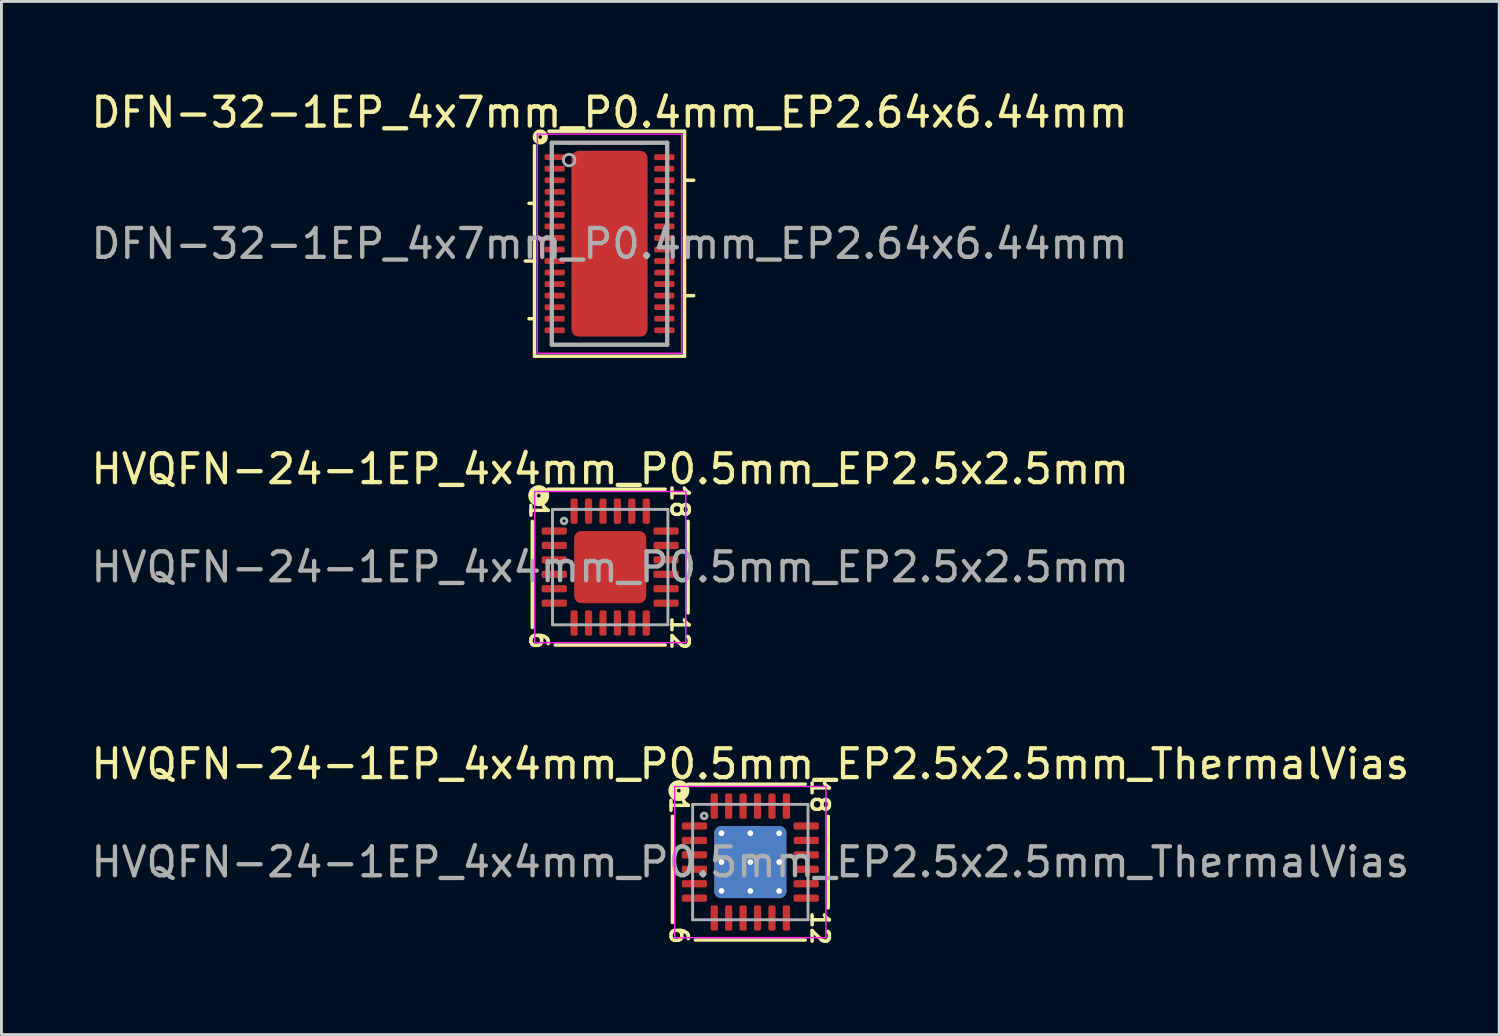
<source format=kicad_pcb>
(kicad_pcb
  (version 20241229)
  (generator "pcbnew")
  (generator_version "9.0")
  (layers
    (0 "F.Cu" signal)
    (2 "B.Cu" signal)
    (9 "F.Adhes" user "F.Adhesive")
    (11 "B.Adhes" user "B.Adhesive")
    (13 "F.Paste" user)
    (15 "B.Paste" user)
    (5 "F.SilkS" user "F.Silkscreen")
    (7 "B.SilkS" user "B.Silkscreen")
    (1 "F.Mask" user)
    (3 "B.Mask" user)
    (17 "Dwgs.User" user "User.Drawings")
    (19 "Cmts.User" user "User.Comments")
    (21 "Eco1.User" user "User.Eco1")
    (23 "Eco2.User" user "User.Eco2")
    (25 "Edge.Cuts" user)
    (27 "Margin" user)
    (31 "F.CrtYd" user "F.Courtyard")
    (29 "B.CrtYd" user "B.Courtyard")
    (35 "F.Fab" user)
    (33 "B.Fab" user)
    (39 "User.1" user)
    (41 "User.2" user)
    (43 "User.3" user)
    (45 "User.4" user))
  (footprint "DFN-32-1EP_4x7mm_P0.4mm_EP2.64x6.44mm"
    (layer "F.Cu")
    (at 18.077 5.398)
    (property "Reference" "DFN-32-1EP_4x7mm_P0.4mm_EP2.64x6.44mm" (at 0 -4.55 0) (layer "F.SilkS") (effects (font (size 1 1) (thickness 0.15))))
    (attr smd)
    (fp_line (start -2.791 -1.4) (end -2.6 -1.4) (stroke (width 0.12) (type solid)) (layer "F.SilkS"))
    (fp_line (start -2.6 0.6) (end -2.917 0.6) (stroke (width 0.12) (type solid)) (layer "F.SilkS"))
    (fp_line (start -2.6 2.6) (end -2.791 2.6) (stroke (width 0.12) (type solid)) (layer "F.SilkS"))
    (fp_line (start -2.6 3.9) (end -2.6 -3.4) (stroke (width 0.12) (type solid)) (layer "F.SilkS"))
    (fp_line (start -2.1 -3.9) (end 2.6 -3.9) (stroke (width 0.12) (type solid)) (layer "F.SilkS"))
    (fp_line (start 2.6 -3.9) (end 2.6 3.9) (stroke (width 0.12) (type solid)) (layer "F.SilkS"))
    (fp_line (start 2.6 -2.2) (end 2.917 -2.2) (stroke (width 0.12) (type solid)) (layer "F.SilkS"))
    (fp_line (start 2.6 -0.2) (end 2.791 -0.2) (stroke (width 0.12) (type solid)) (layer "F.SilkS"))
    (fp_line (start 2.6 1.8) (end 2.917 1.8) (stroke (width 0.12) (type solid)) (layer "F.SilkS"))
    (fp_line (start 2.6 3.9) (end -2.6 3.9) (stroke (width 0.12) (type solid)) (layer "F.SilkS"))
    (fp_circle (center -2.4 -3.7) (end -2.337 -3.7) (stroke (width 0.2) (type solid)) (fill no) (layer "F.SilkS"))
    (fp_line (start -2.5 -3.8) (end -2.5 3.8) (stroke (width 0.05) (type solid)) (layer "F.CrtYd"))
    (fp_line (start -2.5 -3.8) (end 2.5 -3.8) (stroke (width 0.05) (type solid)) (layer "F.CrtYd"))
    (fp_line (start -2.5 3.8) (end 2.5 3.8) (stroke (width 0.05) (type solid)) (layer "F.CrtYd"))
    (fp_line (start 2.5 -3.8) (end 2.5 3.8) (stroke (width 0.05) (type solid)) (layer "F.CrtYd"))
    (fp_line (start -2 -3.5) (end 2 -3.5) (stroke (width 0.15) (type solid)) (layer "F.Fab"))
    (fp_line (start -2 3.5) (end -2 -3.5) (stroke (width 0.15) (type solid)) (layer "F.Fab"))
    (fp_line (start 2 -3.5) (end 2 3.5) (stroke (width 0.15) (type solid)) (layer "F.Fab"))
    (fp_line (start 2 3.5) (end -2 3.5) (stroke (width 0.15) (type solid)) (layer "F.Fab"))
    (fp_circle (center -1.4 -2.9) (end -1.2 -2.9) (stroke (width 0.1) (type solid)) (fill no) (layer "F.Fab"))
    (fp_text user "${REFERENCE}" (at 0 0 0) (layer "F.Fab") (effects (font (size 1 1) (thickness 0.15))))
    (pad "" smd roundrect (at -0.66 -2.56) (size 1.05 1.05) (layers "F.Paste") (roundrect_rratio 0.238))
    (pad "" smd roundrect (at -0.66 -1.28) (size 1.05 1.05) (layers "F.Paste") (roundrect_rratio 0.238))
    (pad "" smd roundrect (at -0.66 0) (size 1.05 1.05) (layers "F.Paste") (roundrect_rratio 0.238))
    (pad "" smd roundrect (at -0.66 1.28) (size 1.05 1.05) (layers "F.Paste") (roundrect_rratio 0.238))
    (pad "" smd roundrect (at -0.66 2.56) (size 1.05 1.05) (layers "F.Paste") (roundrect_rratio 0.238))
    (pad "" smd roundrect (at 0.66 -2.56) (size 1.05 1.05) (layers "F.Paste") (roundrect_rratio 0.238))
    (pad "" smd roundrect (at 0.66 -1.28) (size 1.05 1.05) (layers "F.Paste") (roundrect_rratio 0.238))
    (pad "" smd roundrect (at 0.66 0) (size 1.05 1.05) (layers "F.Paste") (roundrect_rratio 0.238))
    (pad "" smd roundrect (at 0.66 1.28) (size 1.05 1.05) (layers "F.Paste") (roundrect_rratio 0.238))
    (pad "" smd roundrect (at 0.66 2.56) (size 1.05 1.05) (layers "F.Paste") (roundrect_rratio 0.238))
    (pad "1" smd roundrect (at -1.9 -3) (size 0.7 0.2) (layers "F.Cu" "F.Mask" "F.Paste") (roundrect_rratio 0.25))
    (pad "2" smd roundrect (at -1.9 -2.6) (size 0.7 0.2) (layers "F.Cu" "F.Mask" "F.Paste") (roundrect_rratio 0.25))
    (pad "3" smd roundrect (at -1.9 -2.2) (size 0.7 0.2) (layers "F.Cu" "F.Mask" "F.Paste") (roundrect_rratio 0.25))
    (pad "4" smd roundrect (at -1.9 -1.8) (size 0.7 0.2) (layers "F.Cu" "F.Mask" "F.Paste") (roundrect_rratio 0.25))
    (pad "5" smd roundrect (at -1.9 -1.4) (size 0.7 0.2) (layers "F.Cu" "F.Mask" "F.Paste") (roundrect_rratio 0.25))
    (pad "6" smd roundrect (at -1.9 -1) (size 0.7 0.2) (layers "F.Cu" "F.Mask" "F.Paste") (roundrect_rratio 0.25))
    (pad "7" smd roundrect (at -1.9 -0.6) (size 0.7 0.2) (layers "F.Cu" "F.Mask" "F.Paste") (roundrect_rratio 0.25))
    (pad "8" smd roundrect (at -1.9 -0.2) (size 0.7 0.2) (layers "F.Cu" "F.Mask" "F.Paste") (roundrect_rratio 0.25))
    (pad "9" smd roundrect (at -1.9 0.2) (size 0.7 0.2) (layers "F.Cu" "F.Mask" "F.Paste") (roundrect_rratio 0.25))
    (pad "10" smd roundrect (at -1.9 0.6) (size 0.7 0.2) (layers "F.Cu" "F.Mask" "F.Paste") (roundrect_rratio 0.25))
    (pad "11" smd roundrect (at -1.9 1) (size 0.7 0.2) (layers "F.Cu" "F.Mask" "F.Paste") (roundrect_rratio 0.25))
    (pad "12" smd roundrect (at -1.9 1.4) (size 0.7 0.2) (layers "F.Cu" "F.Mask" "F.Paste") (roundrect_rratio 0.25))
    (pad "13" smd roundrect (at -1.9 1.8) (size 0.7 0.2) (layers "F.Cu" "F.Mask" "F.Paste") (roundrect_rratio 0.25))
    (pad "14" smd roundrect (at -1.9 2.2) (size 0.7 0.2) (layers "F.Cu" "F.Mask" "F.Paste") (roundrect_rratio 0.25))
    (pad "15" smd roundrect (at -1.9 2.6) (size 0.7 0.2) (layers "F.Cu" "F.Mask" "F.Paste") (roundrect_rratio 0.25))
    (pad "16" smd roundrect (at -1.9 3) (size 0.7 0.2) (layers "F.Cu" "F.Mask" "F.Paste") (roundrect_rratio 0.25))
    (pad "17" smd roundrect (at 1.9 3) (size 0.7 0.2) (layers "F.Cu" "F.Mask" "F.Paste") (roundrect_rratio 0.25))
    (pad "18" smd roundrect (at 1.9 2.6) (size 0.7 0.2) (layers "F.Cu" "F.Mask" "F.Paste") (roundrect_rratio 0.25))
    (pad "19" smd roundrect (at 1.9 2.2) (size 0.7 0.2) (layers "F.Cu" "F.Mask" "F.Paste") (roundrect_rratio 0.25))
    (pad "20" smd roundrect (at 1.9 1.8) (size 0.7 0.2) (layers "F.Cu" "F.Mask" "F.Paste") (roundrect_rratio 0.25))
    (pad "21" smd roundrect (at 1.9 1.4) (size 0.7 0.2) (layers "F.Cu" "F.Mask" "F.Paste") (roundrect_rratio 0.25))
    (pad "22" smd roundrect (at 1.9 1) (size 0.7 0.2) (layers "F.Cu" "F.Mask" "F.Paste") (roundrect_rratio 0.25))
    (pad "23" smd roundrect (at 1.9 0.6) (size 0.7 0.2) (layers "F.Cu" "F.Mask" "F.Paste") (roundrect_rratio 0.25))
    (pad "24" smd roundrect (at 1.9 0.2) (size 0.7 0.2) (layers "F.Cu" "F.Mask" "F.Paste") (roundrect_rratio 0.25))
    (pad "25" smd roundrect (at 1.9 -0.2) (size 0.7 0.2) (layers "F.Cu" "F.Mask" "F.Paste") (roundrect_rratio 0.25))
    (pad "26" smd roundrect (at 1.9 -0.6) (size 0.7 0.2) (layers "F.Cu" "F.Mask" "F.Paste") (roundrect_rratio 0.25))
    (pad "27" smd roundrect (at 1.9 -1) (size 0.7 0.2) (layers "F.Cu" "F.Mask" "F.Paste") (roundrect_rratio 0.25))
    (pad "28" smd roundrect (at 1.9 -1.4) (size 0.7 0.2) (layers "F.Cu" "F.Mask" "F.Paste") (roundrect_rratio 0.25))
    (pad "29" smd roundrect (at 1.9 -1.8) (size 0.7 0.2) (layers "F.Cu" "F.Mask" "F.Paste") (roundrect_rratio 0.25))
    (pad "30" smd roundrect (at 1.9 -2.2) (size 0.7 0.2) (layers "F.Cu" "F.Mask" "F.Paste") (roundrect_rratio 0.25))
    (pad "31" smd roundrect (at 1.9 -2.6) (size 0.7 0.2) (layers "F.Cu" "F.Mask" "F.Paste") (roundrect_rratio 0.25))
    (pad "32" smd roundrect (at 1.9 -3) (size 0.7 0.2) (layers "F.Cu" "F.Mask" "F.Paste") (roundrect_rratio 0.25))
    (pad "33" smd roundrect (at 0 0) (size 2.64 6.44) (layers "F.Cu" "F.Mask") (roundrect_rratio 0.095)))
  (footprint "HVQFN-24-1EP_4x4mm_P0.5mm_EP2.5x2.5mm_ThermalVias"
    (layer "F.Cu")
    (at 22.958 26.832)
    (property "Reference" "HVQFN-24-1EP_4x4mm_P0.5mm_EP2.5x2.5mm_ThermalVias" (at 0 -3.4 0) (layer "F.SilkS") (effects (font (size 1 1) (thickness 0.15))))
    (attr smd)
    (fp_line (start -2.7 2.095) (end -2.7 -1.587) (stroke (width 0.12) (type solid)) (layer "F.SilkS"))
    (fp_line (start -2.159 -2.7) (end 1.905 -2.7) (stroke (width 0.12) (type solid)) (layer "F.SilkS"))
    (fp_line (start 1.905 2.7) (end -1.905 2.7) (stroke (width 0.12) (type solid)) (layer "F.SilkS"))
    (fp_line (start 2.7 -1.587) (end 2.7 1.587) (stroke (width 0.12) (type solid)) (layer "F.SilkS"))
    (fp_circle (center -2.477 -2.477) (end -2.413 -2.477) (stroke (width 0.3) (type solid)) (fill no) (layer "F.SilkS"))
    (fp_line (start -2.62 -2.62) (end -2.62 2.62) (stroke (width 0.05) (type solid)) (layer "F.CrtYd"))
    (fp_line (start -2.62 2.62) (end 2.62 2.62) (stroke (width 0.05) (type solid)) (layer "F.CrtYd"))
    (fp_line (start 2.62 -2.62) (end -2.62 -2.62) (stroke (width 0.05) (type solid)) (layer "F.CrtYd"))
    (fp_line (start 2.62 2.62) (end 2.62 -2.62) (stroke (width 0.05) (type solid)) (layer "F.CrtYd"))
    (fp_line (start -2 -2) (end 2 -2) (stroke (width 0.1) (type solid)) (layer "F.Fab"))
    (fp_line (start -2 2) (end -2 -2) (stroke (width 0.1) (type solid)) (layer "F.Fab"))
    (fp_line (start 2 -2) (end 2 2) (stroke (width 0.1) (type solid)) (layer "F.Fab"))
    (fp_line (start 2 2) (end -2 2) (stroke (width 0.1) (type solid)) (layer "F.Fab"))
    (fp_circle (center -1.6 -1.6) (end -1.5 -1.6) (stroke (width 0.1) (type solid)) (fill no) (layer "F.Fab"))
    (fp_text user "6" (at -2.477 2.54 270) (unlocked yes) (layer "F.SilkS") (effects (font (size 0.6 0.6) (thickness 0.12))))
    (fp_text user "1" (at -2.477 -1.968 270) (unlocked yes) (layer "F.SilkS") (effects (font (size 0.6 0.6) (thickness 0.12))))
    (fp_text user "12" (at 2.413 2.286 270) (unlocked yes) (layer "F.SilkS") (effects (font (size 0.6 0.6) (thickness 0.12))))
    (fp_text user "18" (at 2.413 -2.286 270) (unlocked yes) (layer "F.SilkS") (effects (font (size 0.6 0.6) (thickness 0.12))))
    (fp_text user "${REFERENCE}" (at 0 0 0) (layer "F.Fab") (effects (font (size 1 1) (thickness 0.15))))
    (pad "" smd custom (at -0.5 -0.5) (size 0.779 0.779) (layers "F.Paste") (options (anchor circle)) (primitives (gr_poly (pts (xy 0.315 -0.192) (xy 0.315 0.192) (xy 0.192 0.315) (xy -0.192 0.315) (xy -0.315 0.192) (xy -0.315 -0.192) (xy -0.192 -0.315) (xy 0.192 -0.315)) (width 0.297) (fill yes))))
    (pad "" smd custom (at -0.5 0.5) (size 0.779 0.779) (layers "F.Paste") (options (anchor circle)) (primitives (gr_poly (pts (xy 0.315 -0.192) (xy 0.315 0.192) (xy 0.192 0.315) (xy -0.192 0.315) (xy -0.315 0.192) (xy -0.315 -0.192) (xy -0.192 -0.315) (xy 0.192 -0.315)) (width 0.297) (fill yes))))
    (pad "" smd custom (at 0.5 -0.5) (size 0.779 0.779) (layers "F.Paste") (options (anchor circle)) (primitives (gr_poly (pts (xy 0.315 -0.192) (xy 0.315 0.192) (xy 0.192 0.315) (xy -0.192 0.315) (xy -0.315 0.192) (xy -0.315 -0.192) (xy -0.192 -0.315) (xy 0.192 -0.315)) (width 0.297) (fill yes))))
    (pad "" smd custom (at 0.5 0.5) (size 0.779 0.779) (layers "F.Paste") (options (anchor circle)) (primitives (gr_poly (pts (xy 0.315 -0.192) (xy 0.315 0.192) (xy 0.192 0.315) (xy -0.192 0.315) (xy -0.315 0.192) (xy -0.315 -0.192) (xy -0.192 -0.315) (xy 0.192 -0.315)) (width 0.297) (fill yes))))
    (pad "1" smd roundrect (at -1.938 -1.25) (size 0.875 0.25) (layers "F.Cu" "F.Mask" "F.Paste") (roundrect_rratio 0.25))
    (pad "2" smd roundrect (at -1.938 -0.75) (size 0.875 0.25) (layers "F.Cu" "F.Mask" "F.Paste") (roundrect_rratio 0.25))
    (pad "3" smd roundrect (at -1.938 -0.25) (size 0.875 0.25) (layers "F.Cu" "F.Mask" "F.Paste") (roundrect_rratio 0.25))
    (pad "4" smd roundrect (at -1.938 0.25) (size 0.875 0.25) (layers "F.Cu" "F.Mask" "F.Paste") (roundrect_rratio 0.25))
    (pad "5" smd roundrect (at -1.938 0.75) (size 0.875 0.25) (layers "F.Cu" "F.Mask" "F.Paste") (roundrect_rratio 0.25))
    (pad "6" smd roundrect (at -1.938 1.25) (size 0.875 0.25) (layers "F.Cu" "F.Mask" "F.Paste") (roundrect_rratio 0.25))
    (pad "7" smd roundrect (at -1.25 1.938) (size 0.25 0.875) (layers "F.Cu" "F.Mask" "F.Paste") (roundrect_rratio 0.25))
    (pad "8" smd roundrect (at -0.75 1.938) (size 0.25 0.875) (layers "F.Cu" "F.Mask" "F.Paste") (roundrect_rratio 0.25))
    (pad "9" smd roundrect (at -0.25 1.938) (size 0.25 0.875) (layers "F.Cu" "F.Mask" "F.Paste") (roundrect_rratio 0.25))
    (pad "10" smd roundrect (at 0.25 1.938) (size 0.25 0.875) (layers "F.Cu" "F.Mask" "F.Paste") (roundrect_rratio 0.25))
    (pad "11" smd roundrect (at 0.75 1.938) (size 0.25 0.875) (layers "F.Cu" "F.Mask" "F.Paste") (roundrect_rratio 0.25))
    (pad "12" smd roundrect (at 1.25 1.938) (size 0.25 0.875) (layers "F.Cu" "F.Mask" "F.Paste") (roundrect_rratio 0.25))
    (pad "13" smd roundrect (at 1.938 1.25) (size 0.875 0.25) (layers "F.Cu" "F.Mask" "F.Paste") (roundrect_rratio 0.25))
    (pad "14" smd roundrect (at 1.938 0.75) (size 0.875 0.25) (layers "F.Cu" "F.Mask" "F.Paste") (roundrect_rratio 0.25))
    (pad "15" smd roundrect (at 1.938 0.25) (size 0.875 0.25) (layers "F.Cu" "F.Mask" "F.Paste") (roundrect_rratio 0.25))
    (pad "16" smd roundrect (at 1.938 -0.25) (size 0.875 0.25) (layers "F.Cu" "F.Mask" "F.Paste") (roundrect_rratio 0.25))
    (pad "17" smd roundrect (at 1.938 -0.75) (size 0.875 0.25) (layers "F.Cu" "F.Mask" "F.Paste") (roundrect_rratio 0.25))
    (pad "18" smd roundrect (at 1.938 -1.25) (size 0.875 0.25) (layers "F.Cu" "F.Mask" "F.Paste") (roundrect_rratio 0.25))
    (pad "19" smd roundrect (at 1.25 -1.938) (size 0.25 0.875) (layers "F.Cu" "F.Mask" "F.Paste") (roundrect_rratio 0.25))
    (pad "20" smd roundrect (at 0.75 -1.938) (size 0.25 0.875) (layers "F.Cu" "F.Mask" "F.Paste") (roundrect_rratio 0.25))
    (pad "21" smd roundrect (at 0.25 -1.938) (size 0.25 0.875) (layers "F.Cu" "F.Mask" "F.Paste") (roundrect_rratio 0.25))
    (pad "22" smd roundrect (at -0.25 -1.938) (size 0.25 0.875) (layers "F.Cu" "F.Mask" "F.Paste") (roundrect_rratio 0.25))
    (pad "23" smd roundrect (at -0.75 -1.938) (size 0.25 0.875) (layers "F.Cu" "F.Mask" "F.Paste") (roundrect_rratio 0.25))
    (pad "24" smd roundrect (at -1.25 -1.938) (size 0.25 0.875) (layers "F.Cu" "F.Mask" "F.Paste") (roundrect_rratio 0.25))
    (pad "25" thru_hole circle (at -1 -1) (size 0.5 0.5) (drill 0.2) (property pad_prop_heatsink) (layers "*.Cu"))
    (pad "25" thru_hole circle (at -1 0) (size 0.5 0.5) (drill 0.2) (property pad_prop_heatsink) (layers "*.Cu"))
    (pad "25" thru_hole circle (at -1 1) (size 0.5 0.5) (drill 0.2) (property pad_prop_heatsink) (layers "*.Cu"))
    (pad "25" thru_hole circle (at 0 -1) (size 0.5 0.5) (drill 0.2) (property pad_prop_heatsink) (layers "*.Cu"))
    (pad "25" thru_hole circle (at 0 0) (size 0.5 0.5) (drill 0.2) (property pad_prop_heatsink) (layers "*.Cu"))
    (pad "25" smd roundrect (at 0 0) (size 2.5 2.5) (layers "F.Cu" "F.Mask") (roundrect_rratio 0.1))
    (pad "25" smd roundrect (at 0 0) (size 2.5 2.5) (layers "B.Cu" "B.Mask") (roundrect_rratio 0.1))
    (pad "25" thru_hole circle (at 0 1) (size 0.5 0.5) (drill 0.2) (property pad_prop_heatsink) (layers "*.Cu"))
    (pad "25" thru_hole circle (at 1 -1) (size 0.5 0.5) (drill 0.2) (property pad_prop_heatsink) (layers "*.Cu"))
    (pad "25" thru_hole circle (at 1 0) (size 0.5 0.5) (drill 0.2) (property pad_prop_heatsink) (layers "*.Cu"))
    (pad "25" thru_hole circle (at 1 1) (size 0.5 0.5) (drill 0.2) (property pad_prop_heatsink) (layers "*.Cu")))
  (footprint "HVQFN-24-1EP_4x4mm_P0.5mm_EP2.5x2.5mm"
    (layer "F.Cu")
    (at 18.101 16.607)
    (property "Reference" "HVQFN-24-1EP_4x4mm_P0.5mm_EP2.5x2.5mm" (at 0 -3.4 0) (layer "F.SilkS") (effects (font (size 1 1) (thickness 0.15))))
    (attr smd)
    (fp_line (start -2.7 2.095) (end -2.7 -1.587) (stroke (width 0.12) (type solid)) (layer "F.SilkS"))
    (fp_line (start -2.159 -2.7) (end 1.905 -2.7) (stroke (width 0.12) (type solid)) (layer "F.SilkS"))
    (fp_line (start 1.905 2.7) (end -1.905 2.7) (stroke (width 0.12) (type solid)) (layer "F.SilkS"))
    (fp_line (start 2.7 -1.587) (end 2.7 1.587) (stroke (width 0.12) (type solid)) (layer "F.SilkS"))
    (fp_circle (center -2.477 -2.477) (end -2.413 -2.477) (stroke (width 0.3) (type solid)) (fill no) (layer "F.SilkS"))
    (fp_line (start -2.62 -2.62) (end -2.62 2.62) (stroke (width 0.05) (type solid)) (layer "F.CrtYd"))
    (fp_line (start -2.62 2.62) (end 2.62 2.62) (stroke (width 0.05) (type solid)) (layer "F.CrtYd"))
    (fp_line (start 2.62 -2.62) (end -2.62 -2.62) (stroke (width 0.05) (type solid)) (layer "F.CrtYd"))
    (fp_line (start 2.62 2.62) (end 2.62 -2.62) (stroke (width 0.05) (type solid)) (layer "F.CrtYd"))
    (fp_line (start -2 -2) (end 2 -2) (stroke (width 0.1) (type solid)) (layer "F.Fab"))
    (fp_line (start -2 2) (end -2 -2) (stroke (width 0.1) (type solid)) (layer "F.Fab"))
    (fp_line (start 2 -2) (end 2 2) (stroke (width 0.1) (type solid)) (layer "F.Fab"))
    (fp_line (start 2 2) (end -2 2) (stroke (width 0.1) (type solid)) (layer "F.Fab"))
    (fp_circle (center -1.6 -1.6) (end -1.5 -1.6) (stroke (width 0.1) (type solid)) (fill no) (layer "F.Fab"))
    (fp_text user "1" (at -2.477 -1.968 270) (unlocked yes) (layer "F.SilkS") (effects (font (size 0.6 0.6) (thickness 0.12))))
    (fp_text user "18" (at 2.413 -2.286 270) (unlocked yes) (layer "F.SilkS") (effects (font (size 0.6 0.6) (thickness 0.12))))
    (fp_text user "6" (at -2.477 2.54 270) (unlocked yes) (layer "F.SilkS") (effects (font (size 0.6 0.6) (thickness 0.12))))
    (fp_text user "12" (at 2.413 2.286 270) (unlocked yes) (layer "F.SilkS") (effects (font (size 0.6 0.6) (thickness 0.12))))
    (fp_text user "${REFERENCE}" (at 0 0 0) (layer "F.Fab") (effects (font (size 1 1) (thickness 0.15))))
    (pad "" smd roundrect (at -0.625 -0.625) (size 1.01 1.01) (layers "F.Paste") (roundrect_rratio 0.248))
    (pad "" smd roundrect (at -0.625 0.625) (size 1.01 1.01) (layers "F.Paste") (roundrect_rratio 0.248))
    (pad "" smd roundrect (at 0.625 -0.625) (size 1.01 1.01) (layers "F.Paste") (roundrect_rratio 0.248))
    (pad "" smd roundrect (at 0.625 0.625) (size 1.01 1.01) (layers "F.Paste") (roundrect_rratio 0.248))
    (pad "1" smd roundrect (at -1.938 -1.25) (size 0.875 0.25) (layers "F.Cu" "F.Mask" "F.Paste") (roundrect_rratio 0.25))
    (pad "2" smd roundrect (at -1.938 -0.75) (size 0.875 0.25) (layers "F.Cu" "F.Mask" "F.Paste") (roundrect_rratio 0.25))
    (pad "3" smd roundrect (at -1.938 -0.25) (size 0.875 0.25) (layers "F.Cu" "F.Mask" "F.Paste") (roundrect_rratio 0.25))
    (pad "4" smd roundrect (at -1.938 0.25) (size 0.875 0.25) (layers "F.Cu" "F.Mask" "F.Paste") (roundrect_rratio 0.25))
    (pad "5" smd roundrect (at -1.938 0.75) (size 0.875 0.25) (layers "F.Cu" "F.Mask" "F.Paste") (roundrect_rratio 0.25))
    (pad "6" smd roundrect (at -1.938 1.25) (size 0.875 0.25) (layers "F.Cu" "F.Mask" "F.Paste") (roundrect_rratio 0.25))
    (pad "7" smd roundrect (at -1.25 1.938) (size 0.25 0.875) (layers "F.Cu" "F.Mask" "F.Paste") (roundrect_rratio 0.25))
    (pad "8" smd roundrect (at -0.75 1.938) (size 0.25 0.875) (layers "F.Cu" "F.Mask" "F.Paste") (roundrect_rratio 0.25))
    (pad "9" smd roundrect (at -0.25 1.938) (size 0.25 0.875) (layers "F.Cu" "F.Mask" "F.Paste") (roundrect_rratio 0.25))
    (pad "10" smd roundrect (at 0.25 1.938) (size 0.25 0.875) (layers "F.Cu" "F.Mask" "F.Paste") (roundrect_rratio 0.25))
    (pad "11" smd roundrect (at 0.75 1.938) (size 0.25 0.875) (layers "F.Cu" "F.Mask" "F.Paste") (roundrect_rratio 0.25))
    (pad "12" smd roundrect (at 1.25 1.938) (size 0.25 0.875) (layers "F.Cu" "F.Mask" "F.Paste") (roundrect_rratio 0.25))
    (pad "13" smd roundrect (at 1.938 1.25) (size 0.875 0.25) (layers "F.Cu" "F.Mask" "F.Paste") (roundrect_rratio 0.25))
    (pad "14" smd roundrect (at 1.938 0.75) (size 0.875 0.25) (layers "F.Cu" "F.Mask" "F.Paste") (roundrect_rratio 0.25))
    (pad "15" smd roundrect (at 1.938 0.25) (size 0.875 0.25) (layers "F.Cu" "F.Mask" "F.Paste") (roundrect_rratio 0.25))
    (pad "16" smd roundrect (at 1.938 -0.25) (size 0.875 0.25) (layers "F.Cu" "F.Mask" "F.Paste") (roundrect_rratio 0.25))
    (pad "17" smd roundrect (at 1.938 -0.75) (size 0.875 0.25) (layers "F.Cu" "F.Mask" "F.Paste") (roundrect_rratio 0.25))
    (pad "18" smd roundrect (at 1.938 -1.25) (size 0.875 0.25) (layers "F.Cu" "F.Mask" "F.Paste") (roundrect_rratio 0.25))
    (pad "19" smd roundrect (at 1.25 -1.938) (size 0.25 0.875) (layers "F.Cu" "F.Mask" "F.Paste") (roundrect_rratio 0.25))
    (pad "20" smd roundrect (at 0.75 -1.938) (size 0.25 0.875) (layers "F.Cu" "F.Mask" "F.Paste") (roundrect_rratio 0.25))
    (pad "21" smd roundrect (at 0.25 -1.938) (size 0.25 0.875) (layers "F.Cu" "F.Mask" "F.Paste") (roundrect_rratio 0.25))
    (pad "22" smd roundrect (at -0.25 -1.938) (size 0.25 0.875) (layers "F.Cu" "F.Mask" "F.Paste") (roundrect_rratio 0.25))
    (pad "23" smd roundrect (at -0.75 -1.938) (size 0.25 0.875) (layers "F.Cu" "F.Mask" "F.Paste") (roundrect_rratio 0.25))
    (pad "24" smd roundrect (at -1.25 -1.938) (size 0.25 0.875) (layers "F.Cu" "F.Mask" "F.Paste") (roundrect_rratio 0.25))
    (pad "25" smd roundrect (at 0 0) (size 2.5 2.5) (layers "F.Cu" "F.Mask") (roundrect_rratio 0.1)))
  (gr_rect
    (start -3 -3)
    (end 48.917 32.81)
    (stroke (width 0.1) (type default))
    (fill no)
    (layer "Edge.Cuts")))
</source>
